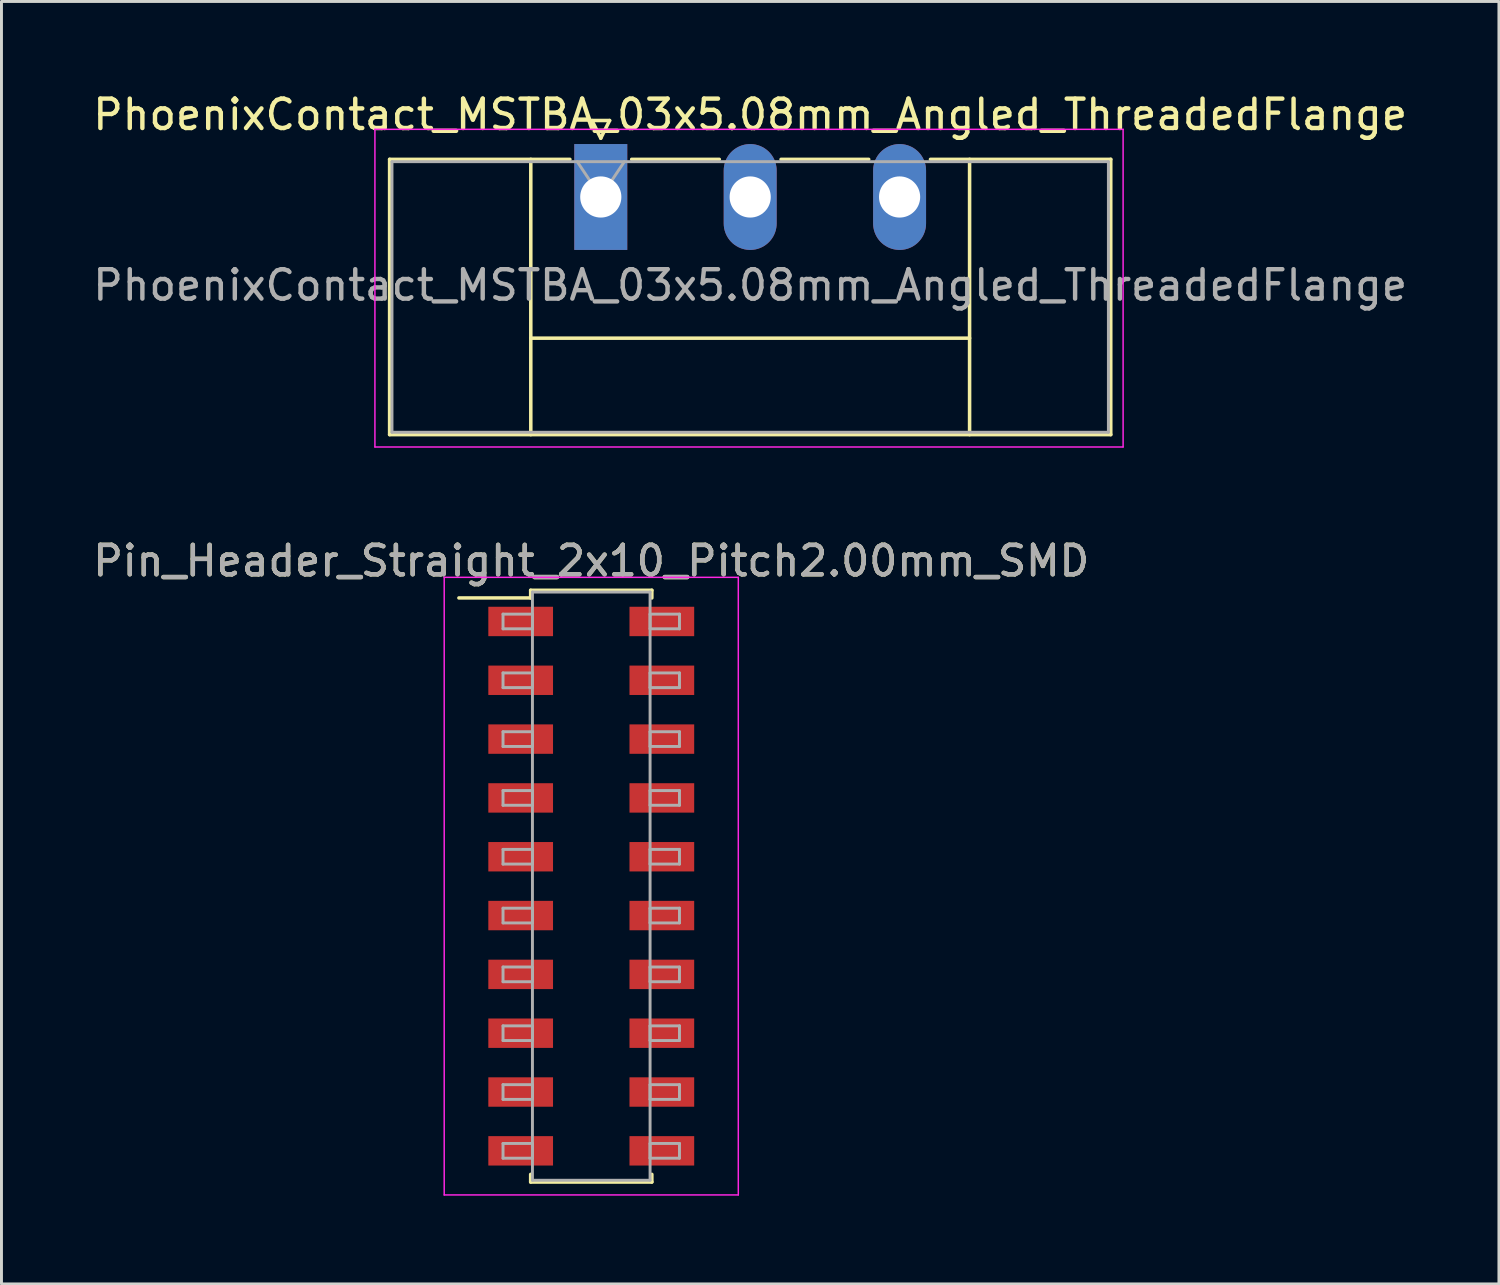
<source format=kicad_pcb>
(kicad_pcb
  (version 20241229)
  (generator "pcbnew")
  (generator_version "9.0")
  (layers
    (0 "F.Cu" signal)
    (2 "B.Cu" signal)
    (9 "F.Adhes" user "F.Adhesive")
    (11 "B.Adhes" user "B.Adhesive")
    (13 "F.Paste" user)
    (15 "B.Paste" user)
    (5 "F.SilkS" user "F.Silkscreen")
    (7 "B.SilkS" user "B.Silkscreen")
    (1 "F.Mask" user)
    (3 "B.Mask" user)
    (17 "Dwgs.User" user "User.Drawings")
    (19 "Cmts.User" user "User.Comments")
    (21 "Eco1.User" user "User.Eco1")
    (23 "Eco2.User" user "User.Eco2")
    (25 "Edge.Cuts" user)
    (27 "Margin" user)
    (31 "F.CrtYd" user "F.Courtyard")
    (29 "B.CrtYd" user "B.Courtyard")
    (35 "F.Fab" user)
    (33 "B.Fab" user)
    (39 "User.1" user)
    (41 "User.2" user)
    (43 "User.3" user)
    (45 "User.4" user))
  (footprint "Pin_Header_Straight_2x10_Pitch2.00mm_SMD"
    (layer "F.Cu")
    (at 17.054 27.081)
    (property "Reference" "Pin_Header_Straight_2x10_Pitch2.00mm_SMD" (at 0 -11.06 0) (layer "F.SilkS") (effects (font (size 1 1) (thickness 0.15))))
    (attr smd)
    (fp_line (start -4.5 -9.8) (end -2.06 -9.8) (stroke (width 0.12) (type solid)) (layer "F.SilkS"))
    (fp_line (start -2.06 -10.06) (end 2.06 -10.06) (stroke (width 0.12) (type solid)) (layer "F.SilkS"))
    (fp_line (start -2.06 -9.8) (end -2.06 -10.06) (stroke (width 0.12) (type solid)) (layer "F.SilkS"))
    (fp_line (start -2.06 9.8) (end -2.06 10.06) (stroke (width 0.12) (type solid)) (layer "F.SilkS"))
    (fp_line (start -2.06 10.06) (end 2.06 10.06) (stroke (width 0.12) (type solid)) (layer "F.SilkS"))
    (fp_line (start 2.06 -10.06) (end 2.06 -9.8) (stroke (width 0.12) (type solid)) (layer "F.SilkS"))
    (fp_line (start 2.06 10.06) (end 2.06 9.8) (stroke (width 0.12) (type solid)) (layer "F.SilkS"))
    (fp_line (start -5 -10.5) (end -5 10.5) (stroke (width 0.05) (type solid)) (layer "F.CrtYd"))
    (fp_line (start -5 10.5) (end 5 10.5) (stroke (width 0.05) (type solid)) (layer "F.CrtYd"))
    (fp_line (start 5 -10.5) (end -5 -10.5) (stroke (width 0.05) (type solid)) (layer "F.CrtYd"))
    (fp_line (start 5 10.5) (end 5 -10.5) (stroke (width 0.05) (type solid)) (layer "F.CrtYd"))
    (fp_line (start -3 -9.25) (end -2 -9.25) (stroke (width 0.1) (type solid)) (layer "F.Fab"))
    (fp_line (start -3 -8.75) (end -3 -9.25) (stroke (width 0.1) (type solid)) (layer "F.Fab"))
    (fp_line (start -3 -7.25) (end -2 -7.25) (stroke (width 0.1) (type solid)) (layer "F.Fab"))
    (fp_line (start -3 -6.75) (end -3 -7.25) (stroke (width 0.1) (type solid)) (layer "F.Fab"))
    (fp_line (start -3 -5.25) (end -2 -5.25) (stroke (width 0.1) (type solid)) (layer "F.Fab"))
    (fp_line (start -3 -4.75) (end -3 -5.25) (stroke (width 0.1) (type solid)) (layer "F.Fab"))
    (fp_line (start -3 -3.25) (end -2 -3.25) (stroke (width 0.1) (type solid)) (layer "F.Fab"))
    (fp_line (start -3 -2.75) (end -3 -3.25) (stroke (width 0.1) (type solid)) (layer "F.Fab"))
    (fp_line (start -3 -1.25) (end -2 -1.25) (stroke (width 0.1) (type solid)) (layer "F.Fab"))
    (fp_line (start -3 -0.75) (end -3 -1.25) (stroke (width 0.1) (type solid)) (layer "F.Fab"))
    (fp_line (start -3 0.75) (end -2 0.75) (stroke (width 0.1) (type solid)) (layer "F.Fab"))
    (fp_line (start -3 1.25) (end -3 0.75) (stroke (width 0.1) (type solid)) (layer "F.Fab"))
    (fp_line (start -3 2.75) (end -2 2.75) (stroke (width 0.1) (type solid)) (layer "F.Fab"))
    (fp_line (start -3 3.25) (end -3 2.75) (stroke (width 0.1) (type solid)) (layer "F.Fab"))
    (fp_line (start -3 4.75) (end -2 4.75) (stroke (width 0.1) (type solid)) (layer "F.Fab"))
    (fp_line (start -3 5.25) (end -3 4.75) (stroke (width 0.1) (type solid)) (layer "F.Fab"))
    (fp_line (start -3 6.75) (end -2 6.75) (stroke (width 0.1) (type solid)) (layer "F.Fab"))
    (fp_line (start -3 7.25) (end -3 6.75) (stroke (width 0.1) (type solid)) (layer "F.Fab"))
    (fp_line (start -3 8.75) (end -2 8.75) (stroke (width 0.1) (type solid)) (layer "F.Fab"))
    (fp_line (start -3 9.25) (end -3 8.75) (stroke (width 0.1) (type solid)) (layer "F.Fab"))
    (fp_line (start -2 -10) (end -2 10) (stroke (width 0.1) (type solid)) (layer "F.Fab"))
    (fp_line (start -2 -9.25) (end -2 -8.75) (stroke (width 0.1) (type solid)) (layer "F.Fab"))
    (fp_line (start -2 -8.75) (end -3 -8.75) (stroke (width 0.1) (type solid)) (layer "F.Fab"))
    (fp_line (start -2 -7.25) (end -2 -6.75) (stroke (width 0.1) (type solid)) (layer "F.Fab"))
    (fp_line (start -2 -6.75) (end -3 -6.75) (stroke (width 0.1) (type solid)) (layer "F.Fab"))
    (fp_line (start -2 -5.25) (end -2 -4.75) (stroke (width 0.1) (type solid)) (layer "F.Fab"))
    (fp_line (start -2 -4.75) (end -3 -4.75) (stroke (width 0.1) (type solid)) (layer "F.Fab"))
    (fp_line (start -2 -3.25) (end -2 -2.75) (stroke (width 0.1) (type solid)) (layer "F.Fab"))
    (fp_line (start -2 -2.75) (end -3 -2.75) (stroke (width 0.1) (type solid)) (layer "F.Fab"))
    (fp_line (start -2 -1.25) (end -2 -0.75) (stroke (width 0.1) (type solid)) (layer "F.Fab"))
    (fp_line (start -2 -0.75) (end -3 -0.75) (stroke (width 0.1) (type solid)) (layer "F.Fab"))
    (fp_line (start -2 0.75) (end -2 1.25) (stroke (width 0.1) (type solid)) (layer "F.Fab"))
    (fp_line (start -2 1.25) (end -3 1.25) (stroke (width 0.1) (type solid)) (layer "F.Fab"))
    (fp_line (start -2 2.75) (end -2 3.25) (stroke (width 0.1) (type solid)) (layer "F.Fab"))
    (fp_line (start -2 3.25) (end -3 3.25) (stroke (width 0.1) (type solid)) (layer "F.Fab"))
    (fp_line (start -2 4.75) (end -2 5.25) (stroke (width 0.1) (type solid)) (layer "F.Fab"))
    (fp_line (start -2 5.25) (end -3 5.25) (stroke (width 0.1) (type solid)) (layer "F.Fab"))
    (fp_line (start -2 6.75) (end -2 7.25) (stroke (width 0.1) (type solid)) (layer "F.Fab"))
    (fp_line (start -2 7.25) (end -3 7.25) (stroke (width 0.1) (type solid)) (layer "F.Fab"))
    (fp_line (start -2 8.75) (end -2 9.25) (stroke (width 0.1) (type solid)) (layer "F.Fab"))
    (fp_line (start -2 9.25) (end -3 9.25) (stroke (width 0.1) (type solid)) (layer "F.Fab"))
    (fp_line (start -2 10) (end 2 10) (stroke (width 0.1) (type solid)) (layer "F.Fab"))
    (fp_line (start 2 -10) (end -2 -10) (stroke (width 0.1) (type solid)) (layer "F.Fab"))
    (fp_line (start 2 -9.25) (end 2 -8.75) (stroke (width 0.1) (type solid)) (layer "F.Fab"))
    (fp_line (start 2 -8.75) (end 3 -8.75) (stroke (width 0.1) (type solid)) (layer "F.Fab"))
    (fp_line (start 2 -7.25) (end 2 -6.75) (stroke (width 0.1) (type solid)) (layer "F.Fab"))
    (fp_line (start 2 -6.75) (end 3 -6.75) (stroke (width 0.1) (type solid)) (layer "F.Fab"))
    (fp_line (start 2 -5.25) (end 2 -4.75) (stroke (width 0.1) (type solid)) (layer "F.Fab"))
    (fp_line (start 2 -4.75) (end 3 -4.75) (stroke (width 0.1) (type solid)) (layer "F.Fab"))
    (fp_line (start 2 -3.25) (end 2 -2.75) (stroke (width 0.1) (type solid)) (layer "F.Fab"))
    (fp_line (start 2 -2.75) (end 3 -2.75) (stroke (width 0.1) (type solid)) (layer "F.Fab"))
    (fp_line (start 2 -1.25) (end 2 -0.75) (stroke (width 0.1) (type solid)) (layer "F.Fab"))
    (fp_line (start 2 -0.75) (end 3 -0.75) (stroke (width 0.1) (type solid)) (layer "F.Fab"))
    (fp_line (start 2 0.75) (end 2 1.25) (stroke (width 0.1) (type solid)) (layer "F.Fab"))
    (fp_line (start 2 1.25) (end 3 1.25) (stroke (width 0.1) (type solid)) (layer "F.Fab"))
    (fp_line (start 2 2.75) (end 2 3.25) (stroke (width 0.1) (type solid)) (layer "F.Fab"))
    (fp_line (start 2 3.25) (end 3 3.25) (stroke (width 0.1) (type solid)) (layer "F.Fab"))
    (fp_line (start 2 4.75) (end 2 5.25) (stroke (width 0.1) (type solid)) (layer "F.Fab"))
    (fp_line (start 2 5.25) (end 3 5.25) (stroke (width 0.1) (type solid)) (layer "F.Fab"))
    (fp_line (start 2 6.75) (end 2 7.25) (stroke (width 0.1) (type solid)) (layer "F.Fab"))
    (fp_line (start 2 7.25) (end 3 7.25) (stroke (width 0.1) (type solid)) (layer "F.Fab"))
    (fp_line (start 2 8.75) (end 2 9.25) (stroke (width 0.1) (type solid)) (layer "F.Fab"))
    (fp_line (start 2 9.25) (end 3 9.25) (stroke (width 0.1) (type solid)) (layer "F.Fab"))
    (fp_line (start 2 10) (end 2 -10) (stroke (width 0.1) (type solid)) (layer "F.Fab"))
    (fp_line (start 3 -9.25) (end 2 -9.25) (stroke (width 0.1) (type solid)) (layer "F.Fab"))
    (fp_line (start 3 -8.75) (end 3 -9.25) (stroke (width 0.1) (type solid)) (layer "F.Fab"))
    (fp_line (start 3 -7.25) (end 2 -7.25) (stroke (width 0.1) (type solid)) (layer "F.Fab"))
    (fp_line (start 3 -6.75) (end 3 -7.25) (stroke (width 0.1) (type solid)) (layer "F.Fab"))
    (fp_line (start 3 -5.25) (end 2 -5.25) (stroke (width 0.1) (type solid)) (layer "F.Fab"))
    (fp_line (start 3 -4.75) (end 3 -5.25) (stroke (width 0.1) (type solid)) (layer "F.Fab"))
    (fp_line (start 3 -3.25) (end 2 -3.25) (stroke (width 0.1) (type solid)) (layer "F.Fab"))
    (fp_line (start 3 -2.75) (end 3 -3.25) (stroke (width 0.1) (type solid)) (layer "F.Fab"))
    (fp_line (start 3 -1.25) (end 2 -1.25) (stroke (width 0.1) (type solid)) (layer "F.Fab"))
    (fp_line (start 3 -0.75) (end 3 -1.25) (stroke (width 0.1) (type solid)) (layer "F.Fab"))
    (fp_line (start 3 0.75) (end 2 0.75) (stroke (width 0.1) (type solid)) (layer "F.Fab"))
    (fp_line (start 3 1.25) (end 3 0.75) (stroke (width 0.1) (type solid)) (layer "F.Fab"))
    (fp_line (start 3 2.75) (end 2 2.75) (stroke (width 0.1) (type solid)) (layer "F.Fab"))
    (fp_line (start 3 3.25) (end 3 2.75) (stroke (width 0.1) (type solid)) (layer "F.Fab"))
    (fp_line (start 3 4.75) (end 2 4.75) (stroke (width 0.1) (type solid)) (layer "F.Fab"))
    (fp_line (start 3 5.25) (end 3 4.75) (stroke (width 0.1) (type solid)) (layer "F.Fab"))
    (fp_line (start 3 6.75) (end 2 6.75) (stroke (width 0.1) (type solid)) (layer "F.Fab"))
    (fp_line (start 3 7.25) (end 3 6.75) (stroke (width 0.1) (type solid)) (layer "F.Fab"))
    (fp_line (start 3 8.75) (end 2 8.75) (stroke (width 0.1) (type solid)) (layer "F.Fab"))
    (fp_line (start 3 9.25) (end 3 8.75) (stroke (width 0.1) (type solid)) (layer "F.Fab"))
    (fp_text user "${REFERENCE}" (at 0 -11.06 0) (layer "F.Fab") (effects (font (size 1 1) (thickness 0.15))))
    (pad "1" smd rect (at -2.4 -9) (size 2.2 1) (layers "F.Cu" "F.Mask" "F.Paste"))
    (pad "2" smd rect (at 2.4 -9) (size 2.2 1) (layers "F.Cu" "F.Mask" "F.Paste"))
    (pad "3" smd rect (at -2.4 -7) (size 2.2 1) (layers "F.Cu" "F.Mask" "F.Paste"))
    (pad "4" smd rect (at 2.4 -7) (size 2.2 1) (layers "F.Cu" "F.Mask" "F.Paste"))
    (pad "5" smd rect (at -2.4 -5) (size 2.2 1) (layers "F.Cu" "F.Mask" "F.Paste"))
    (pad "6" smd rect (at 2.4 -5) (size 2.2 1) (layers "F.Cu" "F.Mask" "F.Paste"))
    (pad "7" smd rect (at -2.4 -3) (size 2.2 1) (layers "F.Cu" "F.Mask" "F.Paste"))
    (pad "8" smd rect (at 2.4 -3) (size 2.2 1) (layers "F.Cu" "F.Mask" "F.Paste"))
    (pad "9" smd rect (at -2.4 -1) (size 2.2 1) (layers "F.Cu" "F.Mask" "F.Paste"))
    (pad "10" smd rect (at 2.4 -1) (size 2.2 1) (layers "F.Cu" "F.Mask" "F.Paste"))
    (pad "11" smd rect (at -2.4 1) (size 2.2 1) (layers "F.Cu" "F.Mask" "F.Paste"))
    (pad "12" smd rect (at 2.4 1) (size 2.2 1) (layers "F.Cu" "F.Mask" "F.Paste"))
    (pad "13" smd rect (at -2.4 3) (size 2.2 1) (layers "F.Cu" "F.Mask" "F.Paste"))
    (pad "14" smd rect (at 2.4 3) (size 2.2 1) (layers "F.Cu" "F.Mask" "F.Paste"))
    (pad "15" smd rect (at -2.4 5) (size 2.2 1) (layers "F.Cu" "F.Mask" "F.Paste"))
    (pad "16" smd rect (at 2.4 5) (size 2.2 1) (layers "F.Cu" "F.Mask" "F.Paste"))
    (pad "17" smd rect (at -2.4 7) (size 2.2 1) (layers "F.Cu" "F.Mask" "F.Paste"))
    (pad "18" smd rect (at 2.4 7) (size 2.2 1) (layers "F.Cu" "F.Mask" "F.Paste"))
    (pad "19" smd rect (at -2.4 9) (size 2.2 1) (layers "F.Cu" "F.Mask" "F.Paste"))
    (pad "20" smd rect (at 2.4 9) (size 2.2 1) (layers "F.Cu" "F.Mask" "F.Paste")))
  (footprint "PhoenixContact_MSTBA_03x5.08mm_Angled_ThreadedFlange"
    (layer "F.Cu")
    (at 17.378 3.648)
    (property "Reference" "PhoenixContact_MSTBA_03x5.08mm_Angled_ThreadedFlange" (at 5.08 -2.8 0) (layer "F.SilkS") (effects (font (size 1 1) (thickness 0.15))))
    (attr through_hole)
    (fp_line (start -7.18 -1.28) (end -7.18 8.08) (stroke (width 0.12) (type solid)) (layer "F.SilkS"))
    (fp_line (start -7.18 -1.28) (end -1.05 -1.28) (stroke (width 0.12) (type solid)) (layer "F.SilkS"))
    (fp_line (start -7.18 8.08) (end 17.34 8.08) (stroke (width 0.12) (type solid)) (layer "F.SilkS"))
    (fp_line (start -2.38 -1.28) (end -2.38 8.08) (stroke (width 0.12) (type solid)) (layer "F.SilkS"))
    (fp_line (start -2.38 4.8) (end 12.54 4.8) (stroke (width 0.12) (type solid)) (layer "F.SilkS"))
    (fp_line (start -0.3 -2.6) (end 0.3 -2.6) (stroke (width 0.12) (type solid)) (layer "F.SilkS"))
    (fp_line (start 0 -2) (end -0.3 -2.6) (stroke (width 0.12) (type solid)) (layer "F.SilkS"))
    (fp_line (start 0.3 -2.6) (end 0 -2) (stroke (width 0.12) (type solid)) (layer "F.SilkS"))
    (fp_line (start 1.05 -1.28) (end 4.03 -1.28) (stroke (width 0.12) (type solid)) (layer "F.SilkS"))
    (fp_line (start 6.13 -1.28) (end 9.11 -1.28) (stroke (width 0.12) (type solid)) (layer "F.SilkS"))
    (fp_line (start 12.54 -1.28) (end 12.54 8.08) (stroke (width 0.12) (type solid)) (layer "F.SilkS"))
    (fp_line (start 17.34 -1.28) (end 11.21 -1.28) (stroke (width 0.12) (type solid)) (layer "F.SilkS"))
    (fp_line (start 17.34 8.08) (end 17.34 -1.28) (stroke (width 0.12) (type solid)) (layer "F.SilkS"))
    (fp_line (start -7.68 -2.3) (end -7.68 8.5) (stroke (width 0.05) (type solid)) (layer "F.CrtYd"))
    (fp_line (start -7.68 8.5) (end 17.76 8.5) (stroke (width 0.05) (type solid)) (layer "F.CrtYd"))
    (fp_line (start 17.76 -2.3) (end -7.68 -2.3) (stroke (width 0.05) (type solid)) (layer "F.CrtYd"))
    (fp_line (start 17.76 8.5) (end 17.76 -2.3) (stroke (width 0.05) (type solid)) (layer "F.CrtYd"))
    (fp_line (start -7.1 -1.2) (end -7.1 8) (stroke (width 0.1) (type solid)) (layer "F.Fab"))
    (fp_line (start -7.1 8) (end 17.26 8) (stroke (width 0.1) (type solid)) (layer "F.Fab"))
    (fp_line (start 0 0) (end -0.8 -1.2) (stroke (width 0.1) (type solid)) (layer "F.Fab"))
    (fp_line (start 0.8 -1.2) (end 0 0) (stroke (width 0.1) (type solid)) (layer "F.Fab"))
    (fp_line (start 17.26 -1.2) (end -7.1 -1.2) (stroke (width 0.1) (type solid)) (layer "F.Fab"))
    (fp_line (start 17.26 8) (end 17.26 -1.2) (stroke (width 0.1) (type solid)) (layer "F.Fab"))
    (fp_text user "${REFERENCE}" (at 5.08 3 0) (layer "F.Fab") (effects (font (size 1 1) (thickness 0.15))))
    (pad "1" thru_hole rect (at 0 0) (size 1.8 3.6) (drill 1.4) (layers "*.Cu" "*.Mask"))
    (pad "2" thru_hole oval (at 5.08 0) (size 1.8 3.6) (drill 1.4) (layers "*.Cu" "*.Mask"))
    (pad "3" thru_hole oval (at 10.16 0) (size 1.8 3.6) (drill 1.4) (layers "*.Cu" "*.Mask")))
  (gr_rect
    (start -3 -3)
    (end 47.917 40.606)
    (stroke (width 0.1) (type default))
    (fill no)
    (layer "Edge.Cuts")))
</source>
